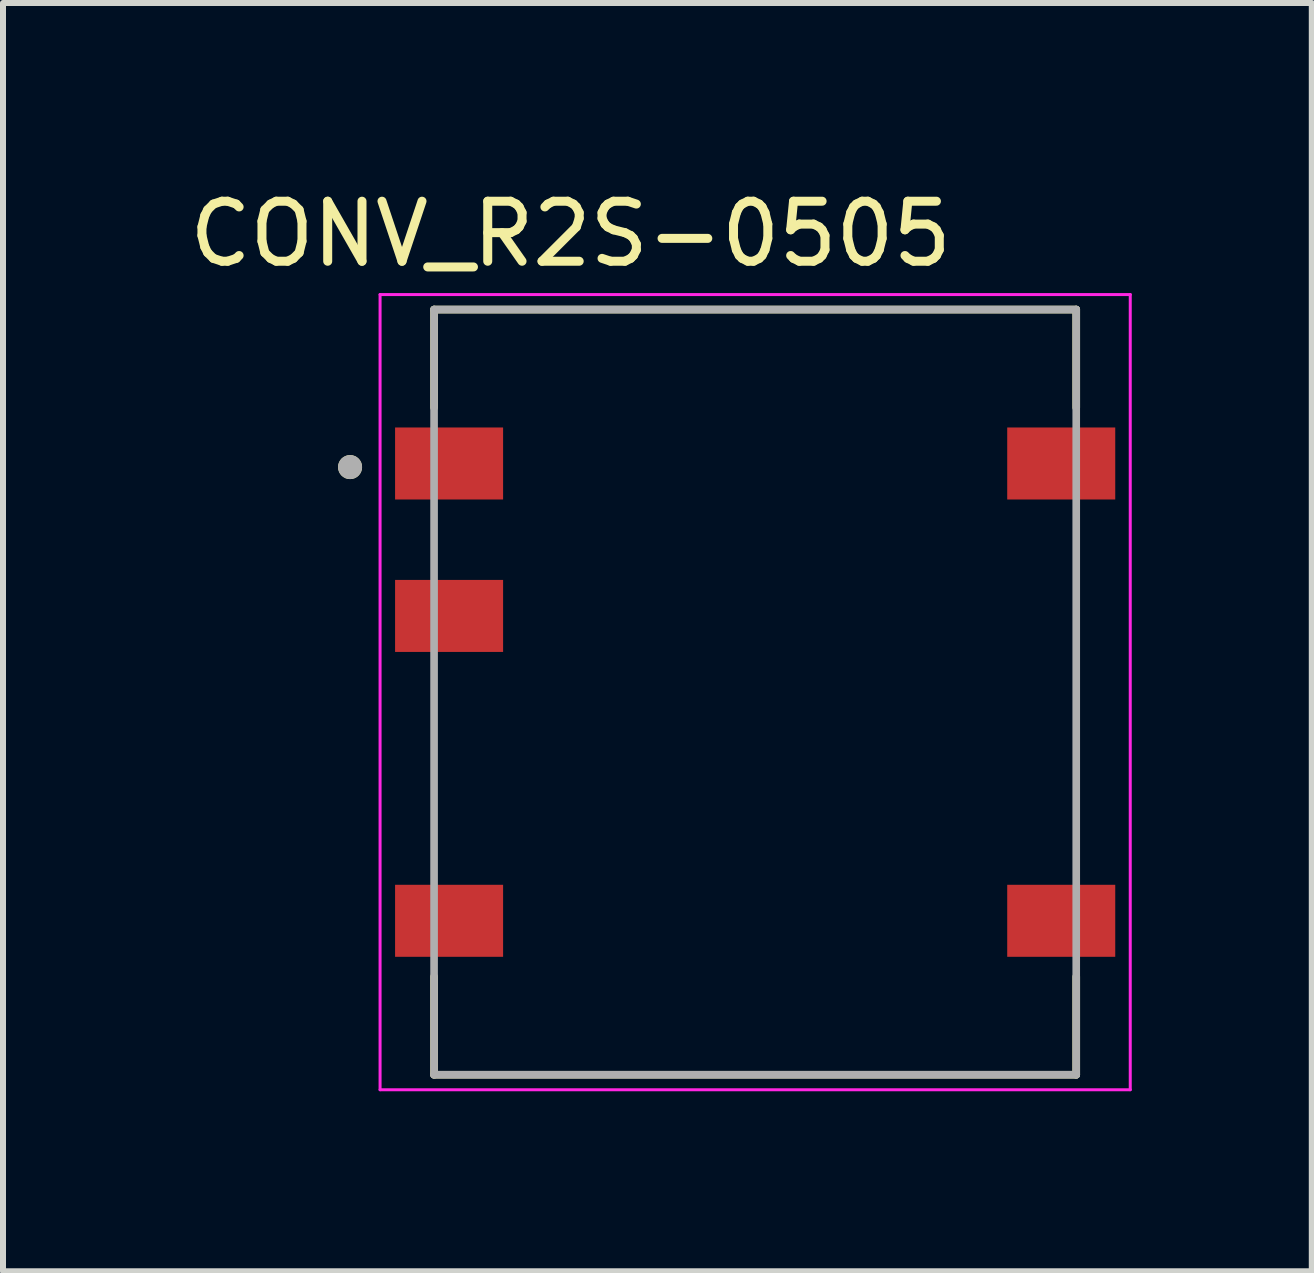
<source format=kicad_pcb>
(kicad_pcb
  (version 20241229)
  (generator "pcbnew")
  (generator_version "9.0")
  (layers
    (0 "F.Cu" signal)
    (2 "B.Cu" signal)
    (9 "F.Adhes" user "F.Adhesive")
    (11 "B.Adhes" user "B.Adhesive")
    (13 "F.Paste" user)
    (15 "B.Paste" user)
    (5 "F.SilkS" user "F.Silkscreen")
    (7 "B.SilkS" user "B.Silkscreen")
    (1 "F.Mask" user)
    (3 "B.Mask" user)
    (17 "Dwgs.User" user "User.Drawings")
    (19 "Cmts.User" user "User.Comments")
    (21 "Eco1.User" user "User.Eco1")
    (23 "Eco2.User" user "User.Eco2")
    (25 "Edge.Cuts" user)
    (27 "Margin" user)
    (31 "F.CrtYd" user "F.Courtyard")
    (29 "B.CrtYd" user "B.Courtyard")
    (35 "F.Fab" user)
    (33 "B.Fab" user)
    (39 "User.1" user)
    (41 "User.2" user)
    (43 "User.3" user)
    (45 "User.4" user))
  (footprint "CONV_R2S-0505"
    (layer "F.Cu")
    (at 9.533 8.483)
    (property "Reference" "CONV_R2S-0505" (at -3.075 -7.635 0) (layer "F.SilkS") (effects (font (size 1 1) (thickness 0.15))))
    (attr through_hole)
    (fp_line (start -5.35 -6.375) (end 5.35 -6.375) (stroke (width 0.127) (type solid)) (layer "F.SilkS"))
    (fp_line (start -5.35 -4.74) (end -5.35 -6.375) (stroke (width 0.127) (type solid)) (layer "F.SilkS"))
    (fp_line (start -5.35 4.74) (end -5.35 6.375) (stroke (width 0.127) (type solid)) (layer "F.SilkS"))
    (fp_line (start -5.35 6.375) (end 5.35 6.375) (stroke (width 0.127) (type solid)) (layer "F.SilkS"))
    (fp_line (start 5.35 -6.375) (end 5.35 -4.74) (stroke (width 0.127) (type solid)) (layer "F.SilkS"))
    (fp_line (start 5.35 6.375) (end 5.35 4.74) (stroke (width 0.127) (type solid)) (layer "F.SilkS"))
    (fp_circle (center -6.75 -3.75) (end -6.65 -3.75) (stroke (width 0.2) (type solid)) (fill no) (layer "F.SilkS"))
    (fp_line (start -6.25 -6.625) (end 6.25 -6.625) (stroke (width 0.05) (type solid)) (layer "F.CrtYd"))
    (fp_line (start -6.25 6.625) (end -6.25 -6.625) (stroke (width 0.05) (type solid)) (layer "F.CrtYd"))
    (fp_line (start 6.25 -6.625) (end 6.25 6.625) (stroke (width 0.05) (type solid)) (layer "F.CrtYd"))
    (fp_line (start 6.25 6.625) (end -6.25 6.625) (stroke (width 0.05) (type solid)) (layer "F.CrtYd"))
    (fp_line (start -5.35 -6.375) (end 5.35 -6.375) (stroke (width 0.127) (type solid)) (layer "F.Fab"))
    (fp_line (start -5.35 6.375) (end -5.35 -6.375) (stroke (width 0.127) (type solid)) (layer "F.Fab"))
    (fp_line (start 5.35 -6.375) (end 5.35 6.375) (stroke (width 0.127) (type solid)) (layer "F.Fab"))
    (fp_line (start 5.35 6.375) (end -5.35 6.375) (stroke (width 0.127) (type solid)) (layer "F.Fab"))
    (fp_circle (center -6.75 -3.75) (end -6.65 -3.75) (stroke (width 0.2) (type solid)) (fill no) (layer "F.Fab"))
    (pad "1" smd rect (at -5.1 -3.81) (size 1.8 1.2) (layers "F.Cu" "F.Mask" "F.Paste"))
    (pad "2" smd rect (at -5.1 -1.27) (size 1.8 1.2) (layers "F.Cu" "F.Mask" "F.Paste"))
    (pad "4" smd rect (at -5.1 3.81) (size 1.8 1.2) (layers "F.Cu" "F.Mask" "F.Paste"))
    (pad "5" smd rect (at 5.1 3.81) (size 1.8 1.2) (layers "F.Cu" "F.Mask" "F.Paste"))
    (pad "8" smd rect (at 5.1 -3.81) (size 1.8 1.2) (layers "F.Cu" "F.Mask" "F.Paste")))
  (gr_rect
    (start -3 -3)
    (end 18.808 18.133)
    (stroke (width 0.1) (type default))
    (fill no)
    (layer "Edge.Cuts")))
</source>
